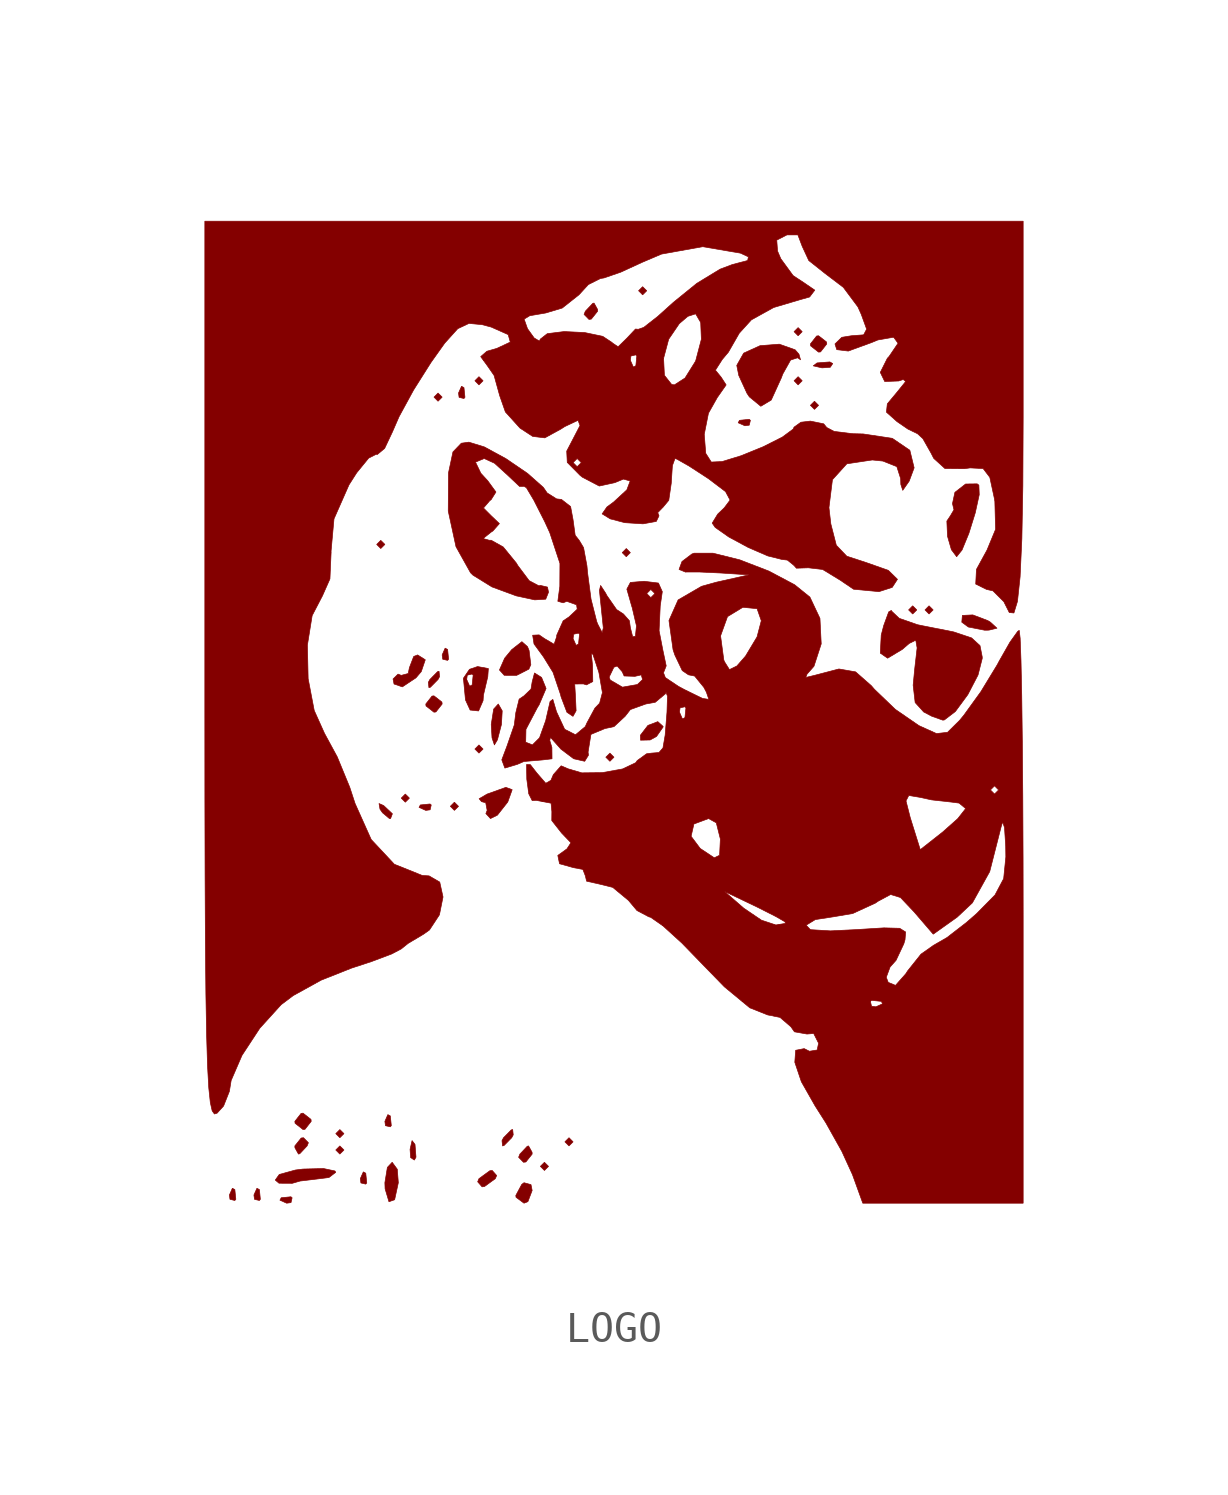
<source format=kicad_sym>
(kicad_symbol_lib
  (version 20220914)
  (generator "bitmap2component")
  (generator_version "9.0")
  (symbol "LOGO"
    (pin_names
      (offset 1.016))
    (property "Reference" "#G"
      (at 0 15.24 0)
      (effects (font (size 1.27 1.27)) hide))
    (symbol "LOGO_0_0"
      (polyline (pts (xy -12.227 -15.748) (xy -12.259 -15.434) (xy -12.339 -15.393) (xy -12.435 -15.61) (xy -12.416 -15.75) (xy -12.259 -15.787) (xy -12.227 -15.748)) (stroke (width 0.01) (type default)) (fill (type outline)))
      (polyline (pts (xy -11.434 -15.748) (xy -11.465 -15.434) (xy -11.545 -15.393) (xy -11.642 -15.61) (xy -11.623 -15.75) (xy -11.465 -15.787) (xy -11.434 -15.748)) (stroke (width 0.01) (type default)) (fill (type outline)))
      (polyline (pts (xy -10.443 -15.856) (xy -10.407 -15.699) (xy -10.446 -15.667) (xy -10.76 -15.699) (xy -10.801 -15.778) (xy -10.583 -15.875) (xy -10.443 -15.856)) (stroke (width 0.01) (type default)) (fill (type outline)))
      (polyline (pts (xy -7.092 -15.762) (xy -6.973 -15.213) (xy -7.007 -14.777) (xy -7.172 -14.552) (xy -7.327 -14.716) (xy -7.408 -15.213) (xy -7.401 -15.411) (xy -7.276 -15.828) (xy -7.092 -15.762)) (stroke (width 0.01) (type default)) (fill (type outline)))
      (polyline (pts (xy -2.784 -15.825) (xy -2.646 -15.463) (xy -2.684 -15.274) (xy -2.91 -15.213) (xy -2.983 -15.268) (xy -3.175 -15.626) (xy -3.167 -15.685) (xy -2.91 -15.875) (xy -2.784 -15.825)) (stroke (width 0.01) (type default)) (fill (type outline)))
      (polyline (pts (xy 13.229 -6.614) (xy 13.226 -4.724) (xy 13.217 -2.721) (xy 13.202 -0.949) (xy 13.183 0.534) (xy 13.159 1.667) (xy 13.132 2.391) (xy 13.102 2.646) (xy 13.053 2.614) (xy 12.802 2.264) (xy 12.455 1.654) (xy 12.392 1.535) (xy 11.861 0.663) (xy 11.31 -0.099) (xy 11.175 -0.263) (xy 10.784 -0.65) (xy 10.428 -0.691) (xy 9.872 -0.44) (xy 9.851 -0.428) (xy 9.097 0.091) (xy 8.419 0.742) (xy 8.319 0.858) (xy 7.812 1.304) (xy 7.272 1.398) (xy 6.482 1.191) (xy 6.2 1.123) (xy 6.242 1.232) (xy 6.465 1.485) (xy 6.7 2.209) (xy 6.659 3.033) (xy 6.334 3.722) (xy 5.839 4.122) (xy 5.009 4.562) (xy 4.067 4.926) (xy 3.199 5.142) (xy 2.59 5.142) (xy 2.517 5.114) (xy 2.198 4.872) (xy 2.103 4.615) (xy 2.315 4.529) (xy 2.338 4.532) (xy 2.764 4.533) (xy 3.439 4.501) (xy 4.365 4.441) (xy 3.303 4.202) (xy 2.83 4.07) (xy 2.073 3.63) (xy 1.777 2.964) (xy 1.847 2.469) (xy 3.446 2.469) (xy 3.67 3.09) (xy 4.167 3.392) (xy 4.626 3.347) (xy 4.762 2.958) (xy 4.625 2.435) (xy 4.253 1.815) (xy 3.973 1.495) (xy 3.733 1.377) (xy 3.571 1.635) (xy 3.55 1.69) (xy 3.446 2.469) (xy 1.847 2.469) (xy 1.909 2.023) (xy 1.967 1.849) (xy 2.207 1.345) (xy 2.409 1.208) (xy 2.607 1.169) (xy 2.906 0.802) (xy 2.987 0.648) (xy 3.066 0.415) (xy 2.863 0.445) (xy 2.283 0.729) (xy 2.087 0.834) (xy 1.66 1.119) (xy 1.6 1.274) (xy 1.688 1.498) (xy 1.581 2.002) (xy 1.458 2.635) (xy 1.495 3.439) (xy 1.562 3.897) (xy 1.437 4.176) (xy 0.973 4.233) (xy 0.53 4.196) (xy 0.415 3.979) (xy 0.456 3.837) (xy 1.058 3.837) (xy 1.19 3.969) (xy 1.323 3.837) (xy 1.19 3.704) (xy 1.058 3.837) (xy 0.456 3.837) (xy 0.573 3.426) (xy 0.587 3.386) (xy 0.726 2.792) (xy 0.692 2.456) (xy 0.604 2.438) (xy 0.529 2.734) (xy 0.498 2.957) (xy 0.305 3.175) (xy 0.084 3.319) (xy -0.229 3.77) (xy -0.27 3.849) (xy -0.433 4.098) (xy -0.471 3.936) (xy -0.406 3.307) (xy -0.346 2.725) (xy -0.381 2.568) (xy -0.528 2.852) (xy -0.559 2.933) (xy -0.742 3.654) (xy -0.854 4.505) (xy -0.875 4.734) (xy -0.984 5.321) (xy -1.125 5.556) (xy -1.255 5.72) (xy -1.323 6.218) (xy -1.403 6.649) (xy -1.698 6.879) (xy -1.856 6.897) (xy -2.161 7.089) (xy -2.285 7.269) (xy -2.794 7.72) (xy -3.494 8.198) (xy -4.191 8.577) (xy -4.692 8.731) (xy -4.936 8.697) (xy -5.207 8.416) (xy -5.351 7.739) (xy -5.359 6.503) (xy -5.109 5.351) (xy -4.638 4.507) (xy -4.558 4.429) (xy -3.946 4.051) (xy -3.16 3.761) (xy -2.562 3.632) (xy -2.207 3.654) (xy -2.117 3.88) (xy -2.151 4.046) (xy -2.384 4.1) (xy -2.425 4.085) (xy -2.742 4.252) (xy -3.111 4.744) (xy -3.159 4.825) (xy -3.582 5.343) (xy -3.969 5.559) (xy -4.036 5.56) (xy -4.232 5.615) (xy -3.969 5.825) (xy -3.914 5.861) (xy -3.705 6.098) (xy -3.969 6.35) (xy -4.22 6.602) (xy -4.015 6.841) (xy -3.974 6.869) (xy -3.817 7.119) (xy -4.082 7.483) (xy -4.305 7.726) (xy -4.478 8.086) (xy -4.198 8.202) (xy -3.863 8.05) (xy -3.405 7.633) (xy -3.399 7.626) (xy -3.053 7.299) (xy -2.907 7.302) (xy -2.833 7.259) (xy -2.591 6.853) (xy -2.239 6.159) (xy -2.077 5.806) (xy -1.748 4.81) (xy -1.752 4.069) (xy -1.816 3.586) (xy -1.645 3.537) (xy -1.526 3.585) (xy -1.21 3.472) (xy -1.19 3.33) (xy -1.457 3.079) (xy -1.644 2.954) (xy -1.852 2.49) (xy -1.853 2.445) (xy -1.874 2.381) (xy -1.323 2.381) (xy -1.304 2.521) (xy -1.147 2.558) (xy -1.115 2.519) (xy -1.147 2.205) (xy -1.226 2.163) (xy -1.323 2.381) (xy -1.874 2.381) (xy -1.936 2.198) (xy -2.249 2.381) (xy -2.421 2.5) (xy -2.63 2.489) (xy -2.586 2.207) (xy -2.281 1.79) (xy -1.971 1.288) (xy -1.731 0.578) (xy -1.711 0.495) (xy -1.522 -0.003) (xy -1.326 -0.134) (xy -1.225 0.046) (xy -1.247 0.533) (xy -1.27 0.911) (xy -0.992 0.915) (xy -0.89 0.883) (xy -0.686 0.99) (xy -0.693 1.506) (xy -0.734 1.901) (xy -0.682 1.871) (xy -0.509 1.35) (xy -0.486 1.273) (xy -0.462 1.135) (xy -0.157 1.135) (xy -0.004 1.453) (xy 0.103 1.493) (xy 0.265 1.31) (xy 0.327 1.171) (xy 0.675 1.159) (xy 0.881 1.206) (xy 0.924 1.055) (xy 0.756 0.895) (xy 0.274 0.81) (xy -0.121 1.04) (xy -0.157 1.135) (xy -0.462 1.135) (xy -0.375 0.633) (xy -0.465 0.291) (xy -0.617 0.133) (xy -0.879 -0.353) (xy -0.928 -0.465) (xy -1.244 -0.729) (xy -1.595 -0.552) (xy -1.861 0.02) (xy -1.865 0.036) (xy -1.977 0.414) (xy -2.066 0.349) (xy -2.192 -0.198) (xy -2.207 -0.268) (xy -2.408 -0.828) (xy -2.639 -1.058) (xy -2.855 -0.969) (xy -2.847 -0.555) (xy -2.474 0.155) (xy -2.423 0.235) (xy -2.196 0.767) (xy -2.342 1.125) (xy -2.57 1.268) (xy -2.646 0.979) (xy -2.684 0.747) (xy -2.91 0.529) (xy -3.067 0.422) (xy -3.175 -0.017) (xy -3.224 -0.414) (xy -3.461 -1.098) (xy -3.628 -1.54) (xy -3.529 -1.807) (xy -3.127 -1.687) (xy -2.913 -1.594) (xy -2.317 -1.544) (xy -2.004 -1.507) (xy -2.008 -1.141) (xy -2.076 -0.916) (xy -2.056 -0.811) (xy -1.778 -1.124) (xy -1.718 -1.193) (xy -1.304 -1.505) (xy -0.947 -1.587) (xy -0.825 -1.389) (xy -0.838 -1.291) (xy -0.746 -0.718) (xy -0.293 -0.529) (xy -0.001 -0.467) (xy 0.36 -0.132) (xy 0.529 0.085) (xy 1.028 0.265) (xy 1.333 0.32) (xy 1.662 0.595) (xy 1.683 0.641) (xy 1.729 0.516) (xy 1.713 0) (xy 2.117 0) (xy 2.136 0.14) (xy 2.293 0.176) (xy 2.325 0.138) (xy 2.293 -0.176) (xy 2.213 -0.218) (xy 2.117 0) (xy 1.713 0) (xy 1.654 -0.741) (xy 1.583 -1.155) (xy 1.453 -1.304) (xy 1.213 -1.323) (xy 1.053 -1.344) (xy 0.75 -1.564) (xy 0.704 -1.632) (xy 0.28 -1.834) (xy -0.378 -1.953) (xy -1.041 -1.961) (xy -1.481 -1.831) (xy -1.709 -1.733) (xy -1.961 -2.018) (xy -2.039 -2.202) (xy -2.206 -2.298) (xy -2.497 -1.963) (xy -2.705 -1.695) (xy -2.827 -1.691) (xy -2.82 -2.164) (xy -2.773 -2.514) (xy 12.171 -2.514) (xy 12.303 -2.381) (xy 12.435 -2.514) (xy 12.303 -2.646) (xy 12.171 -2.514) (xy -2.773 -2.514) (xy -2.757 -2.636) (xy -2.646 -2.857) (xy -2.51 -2.851) (xy -2.423 -2.868) (xy 9.441 -2.868) (xy 9.531 -2.692) (xy 9.888 -2.752) (xy 10.269 -2.835) (xy 10.914 -2.907) (xy 11.157 -2.939) (xy 11.362 -3.109) (xy 11.357 -3.132) (xy 11.114 -3.442) (xy 10.625 -3.876) (xy 9.902 -4.445) (xy 9.614 -3.523) (xy 9.576 -3.4) (xy 9.441 -2.868) (xy -2.423 -2.868) (xy -2.035 -2.942) (xy -2.009 -3.215) (xy -2.012 -3.502) (xy -1.694 -3.907) (xy -1.593 -4.012) (xy 2.493 -4.012) (xy 2.584 -3.615) (xy 3.058 -3.439) (xy 3.307 -3.576) (xy 3.439 -4.101) (xy 3.414 -4.625) (xy 3.243 -4.707) (xy 2.788 -4.406) (xy 2.493 -4.012) (xy -1.593 -4.012) (xy -1.393 -4.22) (xy -1.521 -4.418) (xy -1.817 -4.631) (xy -1.761 -4.9) (xy -1.307 -5.027) (xy -1.007 -5.083) (xy -0.926 -5.292) (xy -0.886 -5.464) (xy -0.476 -5.556) (xy -0.04 -5.664) (xy 0.118 -5.795) (xy 3.572 -5.795) (xy 4.498 -6.238) (xy 4.668 -6.32) (xy 5.245 -6.613) (xy 5.534 -6.78) (xy 5.534 -6.83) (xy 5.233 -6.879) (xy 4.767 -6.724) (xy 4.196 -6.337) (xy 3.572 -5.795) (xy 0.118 -5.795) (xy 0.468 -6.085) (xy 0.742 -6.412) (xy 1.127 -6.616) (xy 1.185 -6.631) (xy 1.551 -6.886) (xy 6.213 -6.886) (xy 6.51 -6.705) (xy 7.1 -6.614) (xy 7.718 -6.509) (xy 8.45 -6.173) (xy 8.536 -6.113) (xy 8.945 -5.894) (xy 9.263 -5.992) (xy 9.701 -6.455) (xy 10.322 -7.177) (xy 11.095 -6.627) (xy 11.587 -6.165) (xy 12.148 -5.153) (xy 12.517 -3.704) (xy 12.565 -3.547) (xy 12.626 -3.731) (xy 12.664 -4.33) (xy 12.669 -4.678) (xy 12.599 -5.379) (xy 12.319 -5.908) (xy 11.725 -6.511) (xy 11.39 -6.803) (xy 10.764 -7.287) (xy 10.332 -7.536) (xy 9.925 -7.823) (xy 9.492 -8.366) (xy 9.437 -8.453) (xy 9.102 -8.832) (xy 8.866 -8.735) (xy 8.803 -8.571) (xy 8.926 -8.239) (xy 9.12 -8.021) (xy 9.371 -7.487) (xy 9.409 -7.358) (xy 9.429 -7.106) (xy 9.238 -6.987) (xy 8.729 -6.973) (xy 7.799 -7.031) (xy 6.999 -7.07) (xy 6.35 -7.031) (xy 6.213 -6.886) (xy 1.551 -6.886) (xy 1.584 -6.909) (xy 2.194 -7.464) (xy 2.91 -8.202) (xy 3.569 -8.879) (xy 4.138 -9.349) (xy 8.29 -9.349) (xy 8.329 -9.317) (xy 8.643 -9.349) (xy 8.684 -9.428) (xy 8.467 -9.525) (xy 8.326 -9.506) (xy 8.29 -9.349) (xy 4.138 -9.349) (xy 4.391 -9.558) (xy 4.969 -9.788) (xy 5.368 -9.868) (xy 5.719 -10.17) (xy 5.834 -10.334) (xy 6.239 -10.406) (xy 6.456 -10.388) (xy 6.614 -10.703) (xy 6.569 -10.921) (xy 6.32 -10.962) (xy 6.149 -10.877) (xy 5.873 -10.931) (xy 5.846 -11.319) (xy 6.058 -11.948) (xy 6.501 -12.728) (xy 6.852 -13.28) (xy 7.367 -14.201) (xy 7.71 -14.951) (xy 8.044 -15.875) (xy 10.636 -15.875) (xy 13.229 -15.875) (xy 13.229 -6.614)) (stroke (width 0.01) (type default)) (fill (type outline)))
      (polyline (pts (xy -10.15 -15.159) (xy -9.503 -15.081) (xy -9.217 -15.045) (xy -8.996 -14.876) (xy -9.024 -14.832) (xy -9.393 -14.754) (xy -10.053 -14.771) (xy -10.301 -14.802) (xy -10.823 -14.946) (xy -10.952 -15.127) (xy -10.831 -15.229) (xy -10.403 -15.232) (xy -10.15 -15.159)) (stroke (width 0.01) (type default)) (fill (type outline)))
      (polyline (pts (xy -7.994 -15.219) (xy -8.026 -14.905) (xy -8.105 -14.863) (xy -8.202 -15.081) (xy -8.183 -15.221) (xy -8.026 -15.258) (xy -7.994 -15.219)) (stroke (width 0.01) (type default)) (fill (type outline)))
      (polyline (pts (xy -4.187 -15.336) (xy -3.837 -15.081) (xy -3.794 -14.98) (xy -3.938 -14.817) (xy -4.015 -14.826) (xy -4.366 -15.081) (xy -4.408 -15.183) (xy -4.265 -15.346) (xy -4.187 -15.336)) (stroke (width 0.01) (type default)) (fill (type outline)))
      (polyline (pts (xy -2.117 -14.684) (xy -2.249 -14.552) (xy -2.381 -14.684) (xy -2.249 -14.817) (xy -2.117 -14.684)) (stroke (width 0.01) (type default)) (fill (type outline)))
      (polyline (pts (xy -6.402 -14.387) (xy -6.434 -13.973) (xy -6.529 -13.851) (xy -6.594 -14.133) (xy -6.575 -14.402) (xy -6.455 -14.48) (xy -6.402 -14.387)) (stroke (width 0.01) (type default)) (fill (type outline)))
      (polyline (pts (xy -2.849 -14.542) (xy -2.646 -14.287) (xy -2.649 -14.228) (xy -2.763 -14.023) (xy -2.805 -14.035) (xy -3.043 -14.287) (xy -3.084 -14.39) (xy -2.926 -14.552) (xy -2.849 -14.542)) (stroke (width 0.01) (type default)) (fill (type outline)))
      (polyline (pts (xy -10.16 -14.275) (xy -9.922 -14.023) (xy -9.881 -13.92) (xy -10.039 -13.758) (xy -10.115 -13.768) (xy -10.319 -14.023) (xy -10.316 -14.083) (xy -10.202 -14.287) (xy -10.16 -14.275)) (stroke (width 0.01) (type default)) (fill (type outline)))
      (polyline (pts (xy -8.731 -14.155) (xy -8.864 -14.023) (xy -8.996 -14.155) (xy -8.864 -14.287) (xy -8.731 -14.155)) (stroke (width 0.01) (type default)) (fill (type outline)))
      (polyline (pts (xy -3.557 -14.011) (xy -3.307 -13.758) (xy -3.258 -13.665) (xy -3.276 -13.494) (xy -3.323 -13.506) (xy -3.572 -13.758) (xy -3.621 -13.852) (xy -3.603 -14.023) (xy -3.557 -14.011)) (stroke (width 0.01) (type default)) (fill (type outline)))
      (polyline (pts (xy -1.323 -13.891) (xy -1.455 -13.758) (xy -1.588 -13.891) (xy -1.455 -14.023) (xy -1.323 -13.891)) (stroke (width 0.01) (type default)) (fill (type outline)))
      (polyline (pts (xy -8.731 -13.626) (xy -8.864 -13.494) (xy -8.996 -13.626) (xy -8.864 -13.758) (xy -8.731 -13.626)) (stroke (width 0.01) (type default)) (fill (type outline)))
      (polyline (pts (xy -9.991 -13.486) (xy -9.79 -13.229) (xy -9.797 -13.166) (xy -10.054 -12.964) (xy -10.117 -12.972) (xy -10.319 -13.229) (xy -10.311 -13.292) (xy -10.054 -13.494) (xy -9.991 -13.486)) (stroke (width 0.01) (type default)) (fill (type outline)))
      (polyline (pts (xy -7.2 -13.367) (xy -7.232 -13.053) (xy -7.312 -13.011) (xy -7.408 -13.229) (xy -7.389 -13.369) (xy -7.232 -13.405) (xy -7.2 -13.367)) (stroke (width 0.01) (type default)) (fill (type outline)))
      (polyline (pts (xy -12.832 -12.964) (xy -12.623 -12.733) (xy -12.435 -12.258) (xy -12.378 -11.906) (xy -12.028 -11.096) (xy -11.452 -10.218) (xy -10.762 -9.457) (xy -10.372 -9.163) (xy -9.467 -8.663) (xy -8.483 -8.273) (xy -7.842 -8.063) (xy -7.186 -7.816) (xy -6.879 -7.654) (xy -6.655 -7.474) (xy -6.152 -7.174) (xy -5.966 -7.041) (xy -5.644 -6.551) (xy -5.528 -5.974) (xy -5.634 -5.493) (xy -5.979 -5.292) (xy -6.201 -5.278) (xy -7.102 -4.916) (xy -7.85 -4.116) (xy -8.372 -2.951) (xy -8.543 -2.429) (xy -8.948 -1.444) (xy -9.361 -0.683) (xy -9.692 0.054) (xy -9.889 1.085) (xy -9.913 2.169) (xy -9.759 3.124) (xy -9.425 3.766) (xy -9.184 4.31) (xy -9.146 5.174) (xy -9.148 5.202) (xy -9.053 6.251) (xy -8.569 7.349) (xy -8.319 7.741) (xy -7.932 8.215) (xy -7.684 8.341) (xy -7.653 8.331) (xy -7.416 8.528) (xy -7.164 9.062) (xy -6.949 9.556) (xy -6.48 10.417) (xy -5.917 11.308) (xy -5.473 11.932) (xy -5.051 12.4) (xy -4.689 12.57) (xy -4.269 12.531) (xy -3.97 12.452) (xy -3.421 12.208) (xy -3.354 11.966) (xy -3.79 11.762) (xy -4.111 11.67) (xy -4.31 11.496) (xy -4.223 11.377) (xy 0.529 11.377) (xy 0.548 11.517) (xy 0.706 11.553) (xy 0.737 11.515) (xy 0.73 11.441) (xy 1.603 11.441) (xy 1.768 12.059) (xy 2.111 12.563) (xy 2.388 12.799) (xy 2.64 12.88) (xy 2.803 12.599) (xy 2.825 12.059) (xy 2.644 11.372) (xy 2.63 11.339) (xy 2.296 10.804) (xy 1.952 10.583) (xy 1.864 10.597) (xy 1.63 10.893) (xy 1.603 11.441) (xy 0.73 11.441) (xy 0.706 11.201) (xy 0.626 11.159) (xy 0.529 11.377) (xy -4.223 11.377) (xy -4.093 11.199) (xy -3.877 10.887) (xy -3.696 10.234) (xy -3.512 9.708) (xy -3.039 9.185) (xy -2.629 8.917) (xy -2.237 8.87) (xy -1.724 9.15) (xy -1.591 9.235) (xy -1.162 9.437) (xy -1.099 9.268) (xy -1.389 8.71) (xy -1.529 8.442) (xy -1.511 8.075) (xy -1.505 8.07) (xy -1.323 8.07) (xy -1.191 8.202) (xy -1.058 8.07) (xy -1.191 7.938) (xy -1.323 8.07) (xy -1.505 8.07) (xy -1.1 7.66) (xy -1.023 7.598) (xy -0.476 7.312) (xy 0.025 7.421) (xy 0.306 7.537) (xy 0.523 7.475) (xy 0.415 7.189) (xy -0.012 6.795) (xy -0.228 6.636) (xy -0.384 6.412) (xy -0.123 6.251) (xy 0.349 6.128) (xy 0.939 6.09) (xy 1.367 6.168) (xy 1.455 6.35) (xy 1.414 6.452) (xy 1.572 6.615) (xy 1.575 6.615) (xy 1.771 6.851) (xy 1.852 7.408) (xy 1.852 7.417) (xy 1.888 7.972) (xy 1.972 8.202) (xy 2.033 8.182) (xy 2.426 7.959) (xy 3.026 7.569) (xy 3.067 7.541) (xy 3.607 7.131) (xy 3.752 6.858) (xy 3.567 6.611) (xy 3.353 6.405) (xy 3.175 6.113) (xy 3.272 5.974) (xy 3.712 5.665) (xy 4.341 5.326) (xy 4.974 5.052) (xy 5.428 4.939) (xy 5.606 4.918) (xy 5.821 4.743) (xy 5.898 4.656) (xy 6.285 4.669) (xy 6.745 4.615) (xy 7.302 4.276) (xy 7.746 3.976) (xy 8.568 3.898) (xy 8.995 4.035) (xy 9.165 4.297) (xy 8.869 4.587) (xy 8.135 4.845) (xy 7.526 5.044) (xy 7.188 5.398) (xy 7.011 6.087) (xy 6.95 6.614) (xy 7.063 7.518) (xy 7.528 8.031) (xy 8.348 8.155) (xy 8.696 8.119) (xy 9.144 7.94) (xy 9.268 7.553) (xy 9.273 7.367) (xy 9.336 7.173) (xy 9.544 7.471) (xy 9.704 7.901) (xy 9.565 8.47) (xy 8.998 8.855) (xy 8.06 8.996) (xy 7.713 9.005) (xy 7.116 9.079) (xy 6.879 9.204) (xy 6.78 9.324) (xy 6.35 9.412) (xy 6.043 9.375) (xy 5.821 9.216) (xy 5.794 9.155) (xy 5.443 8.895) (xy 4.824 8.583) (xy 4.115 8.294) (xy 3.496 8.104) (xy 3.146 8.088) (xy 2.966 8.37) (xy 2.918 8.983) (xy 3.054 9.667) (xy 3.35 10.192) (xy 3.357 10.198) (xy 3.626 10.582) (xy 3.463 10.834) (xy 3.279 11.058) (xy 3.501 11.405) (xy 3.699 11.641) (xy 4.043 12.241) (xy 4.046 12.249) (xy 4.442 12.685) (xy 5.162 13.084) (xy 6.011 13.336) (xy 6.325 13.425) (xy 6.492 13.646) (xy 6.171 13.866) (xy 5.791 14.117) (xy 5.393 14.662) (xy 5.288 14.908) (xy 5.262 15.263) (xy 5.591 15.432) (xy 5.945 15.432) (xy 6.085 15.063) (xy 6.298 14.603) (xy 6.828 14.182) (xy 7.415 13.736) (xy 7.886 13.104) (xy 7.995 12.862) (xy 8.168 12.385) (xy 8.071 12.201) (xy 7.673 12.171) (xy 7.365 12.121) (xy 7.144 11.906) (xy 7.203 11.722) (xy 7.574 11.676) (xy 8.323 11.949) (xy 8.531 12.035) (xy 9.041 12.124) (xy 9.183 11.929) (xy 8.893 11.501) (xy 8.838 11.443) (xy 8.61 10.987) (xy 8.753 10.691) (xy 9.206 10.709) (xy 9.352 10.757) (xy 9.43 10.692) (xy 9.134 10.326) (xy 8.837 9.97) (xy 8.808 9.701) (xy 9.149 9.397) (xy 9.504 9.153) (xy 9.813 9.004) (xy 9.986 8.845) (xy 10.251 8.377) (xy 10.338 8.207) (xy 10.699 7.879) (xy 11.325 7.873) (xy 11.515 7.899) (xy 11.935 7.877) (xy 12.151 7.593) (xy 12.297 6.915) (xy 12.314 6.81) (xy 12.337 5.912) (xy 12.06 5.242) (xy 11.719 4.618) (xy 11.695 4.143) (xy 12.047 3.969) (xy 12.251 3.924) (xy 12.604 3.572) (xy 12.78 3.223) (xy 12.93 3.208) (xy 13.045 3.582) (xy 13.13 4.373) (xy 13.187 5.608) (xy 13.219 7.316) (xy 13.229 9.525) (xy 13.229 15.875) (xy -0.000100 15.875) (xy -13.229 15.875) (xy -13.229 12.709) (xy -2.906 12.709) (xy -2.723 12.819) (xy -2.208 12.907) (xy -1.674 13.067) (xy -1.134 13.494) (xy -0.829 13.826) (xy -0.438 14.023) (xy -0.324 14.04) (xy 0.216 14.226) (xy 0.926 14.552) (xy 1.538 14.812) (xy 2.866 15.051) (xy 4.089 14.842) (xy 4.345 14.723) (xy 4.322 14.604) (xy 3.824 14.473) (xy 3.432 14.325) (xy 2.679 13.867) (xy 1.918 13.249) (xy 1.412 12.794) (xy 0.962 12.442) (xy 0.785 12.38) (xy 0.695 12.389) (xy 0.415 12.091) (xy 0.133 11.815) (xy -0.056 11.941) (xy -0.059 11.951) (xy -0.365 12.153) (xy -0.949 12.275) (xy -1.613 12.307) (xy -2.157 12.239) (xy -2.385 12.06) (xy -2.409 11.997) (xy -2.581 12.1) (xy -2.796 12.399) (xy -2.906 12.709) (xy -13.229 12.709) (xy -13.229 1.291) (xy -13.229 0.19) (xy -13.227 -2.811) (xy -13.221 -5.334) (xy -13.211 -7.419) (xy -13.195 -9.103) (xy -13.172 -10.427) (xy -13.142 -11.429) (xy -13.102 -12.147) (xy -13.052 -12.621) (xy -12.992 -12.889) (xy -12.919 -12.991) (xy -12.832 -12.964)) (stroke (width 0.01) (type default)) (fill (type outline)))
      (polyline (pts (xy -7.223 -3.437) (xy -7.165 -3.284) (xy -7.449 -3.017) (xy -7.597 -2.953) (xy -7.566 -3.134) (xy -7.484 -3.252) (xy -7.261 -3.439) (xy -7.223 -3.437)) (stroke (width 0.01) (type default)) (fill (type outline)))
      (polyline (pts (xy -3.77 -3.329) (xy -3.44 -2.91) (xy -3.431 -2.893) (xy -3.292 -2.505) (xy -3.496 -2.43) (xy -4.101 -2.646) (xy -4.361 -2.798) (xy -4.284 -2.892) (xy -4.148 -2.927) (xy -4.101 -3.175) (xy -4.143 -3.277) (xy -3.994 -3.439) (xy -3.77 -3.329)) (stroke (width 0.01) (type default)) (fill (type outline)))
      (polyline (pts (xy -5.945 -3.156) (xy -5.909 -2.999) (xy -5.948 -2.967) (xy -6.262 -2.999) (xy -6.303 -3.078) (xy -6.085 -3.175) (xy -5.945 -3.156)) (stroke (width 0.01) (type default)) (fill (type outline)))
      (polyline (pts (xy -5.027 -3.043) (xy -5.16 -2.91) (xy -5.292 -3.043) (xy -5.16 -3.175) (xy -5.027 -3.043)) (stroke (width 0.01) (type default)) (fill (type outline)))
      (polyline (pts (xy -6.615 -2.778) (xy -6.747 -2.646) (xy -6.879 -2.778) (xy -6.747 -2.91) (xy -6.615 -2.778)) (stroke (width 0.01) (type default)) (fill (type outline)))
      (polyline (pts (xy -0.000100 -1.455) (xy -0.132 -1.323) (xy -0.265 -1.455) (xy -0.132 -1.587) (xy -0.000100 -1.455)) (stroke (width 0.01) (type default)) (fill (type outline)))
      (polyline (pts (xy -4.233 -1.191) (xy -4.366 -1.058) (xy -4.498 -1.191) (xy -4.366 -1.323) (xy -4.233 -1.191)) (stroke (width 0.01) (type default)) (fill (type outline)))
      (polyline (pts (xy -3.769 -0.893) (xy -3.639 -0.397) (xy -3.614 0.044) (xy -3.741 0.265) (xy -3.891 0.101) (xy -3.969 -0.397) (xy -3.944 -0.831) (xy -3.867 -1.058) (xy -3.769 -0.893)) (stroke (width 0.01) (type default)) (fill (type outline)))
      (polyline (pts (xy 1.168 -0.898) (xy 1.375 -0.784) (xy 1.587 -0.479) (xy 1.587 -0.459) (xy 1.416 -0.305) (xy 1.097 -0.427) (xy 0.854 -0.744) (xy 0.858 -0.905) (xy 1.168 -0.898)) (stroke (width 0.01) (type default)) (fill (type outline)))
      (polyline (pts (xy 10.68 -0.251) (xy 11.037 0.022) (xy 11.44 0.569) (xy 11.77 1.203) (xy 11.906 1.738) (xy 11.906 1.786) (xy 11.834 2.152) (xy 11.562 2.402) (xy 10.983 2.596) (xy 9.988 2.793) (xy 9.809 2.83) (xy 9.222 3.035) (xy 8.973 3.271) (xy 8.97 3.292) (xy 8.882 3.244) (xy 8.72 2.801) (xy 8.64 2.494) (xy 8.61 1.909) (xy 8.847 1.746) (xy 9.325 2.033) (xy 9.543 2.222) (xy 9.757 2.329) (xy 9.8 2.079) (xy 9.721 1.388) (xy 9.672 0.872) (xy 9.737 0.312) (xy 10.013 0.007) (xy 10.274 -0.13) (xy 10.63 -0.257) (xy 10.68 -0.251)) (stroke (width 0.01) (type default)) (fill (type outline)))
      (polyline (pts (xy -5.758 0.008) (xy -5.556 0.265) (xy -5.564 0.328) (xy -5.821 0.529) (xy -5.884 0.521) (xy -6.085 0.265) (xy -6.078 0.201) (xy -5.821 0) (xy -5.758 0.008)) (stroke (width 0.01) (type default)) (fill (type outline)))
      (polyline (pts (xy -4.233 0.375) (xy -4.221 0.554) (xy -4.081 1.149) (xy -4.062 1.412) (xy -4.411 1.476) (xy -4.672 1.387) (xy -4.868 1.099) (xy -4.865 1.058) (xy -4.763 1.058) (xy -4.744 1.198) (xy -4.586 1.235) (xy -4.554 1.196) (xy -4.586 0.882) (xy -4.666 0.841) (xy -4.763 1.058) (xy -4.865 1.058) (xy -4.856 0.963) (xy -4.802 0.397) (xy -4.652 0.07) (xy -4.379 0.04) (xy -4.233 0.375)) (stroke (width 0.01) (type default)) (fill (type outline)))
      (polyline (pts (xy -6.403 1.111) (xy -6.231 1.313) (xy -6.101 1.695) (xy -6.35 1.852) (xy -6.476 1.802) (xy -6.615 1.44) (xy -6.653 1.251) (xy -6.879 1.191) (xy -6.982 1.232) (xy -7.144 1.074) (xy -7.112 0.911) (xy -6.843 0.819) (xy -6.403 1.111)) (stroke (width 0.01) (type default)) (fill (type outline)))
      (polyline (pts (xy -5.938 0.806) (xy -5.689 1.058) (xy -5.639 1.152) (xy -5.657 1.323) (xy -5.704 1.311) (xy -5.953 1.058) (xy -6.003 0.965) (xy -5.984 0.794) (xy -5.938 0.806)) (stroke (width 0.01) (type default)) (fill (type outline)))
      (polyline (pts (xy -2.753 1.392) (xy -2.689 1.537) (xy -2.745 1.993) (xy -2.796 2.118) (xy -2.978 2.28) (xy -3.307 2.023) (xy -3.535 1.747) (xy -3.704 1.365) (xy -3.549 1.193) (xy -3.146 1.192) (xy -2.753 1.392)) (stroke (width 0.01) (type default)) (fill (type outline)))
      (polyline (pts (xy -5.348 1.714) (xy -5.38 2.029) (xy -5.46 2.07) (xy -5.556 1.852) (xy -5.537 1.712) (xy -5.38 1.676) (xy -5.348 1.714)) (stroke (width 0.01) (type default)) (fill (type outline)))
      (polyline (pts (xy 12.121 2.653) (xy 12.382 2.716) (xy 12.171 2.91) (xy 12.085 2.962) (xy 11.601 3.146) (xy 11.264 3.129) (xy 11.245 2.91) (xy 11.454 2.755) (xy 11.988 2.65) (xy 12.121 2.653)) (stroke (width 0.01) (type default)) (fill (type outline)))
      (polyline (pts (xy 9.79 3.307) (xy 9.657 3.44) (xy 9.525 3.307) (xy 9.657 3.175) (xy 9.79 3.307)) (stroke (width 0.01) (type default)) (fill (type outline)))
      (polyline (pts (xy 10.319 3.307) (xy 10.186 3.44) (xy 10.054 3.307) (xy 10.186 3.175) (xy 10.319 3.307)) (stroke (width 0.01) (type default)) (fill (type outline)))
      (polyline (pts (xy 0.529 5.159) (xy 0.397 5.292) (xy 0.265 5.159) (xy 0.397 5.027) (xy 0.529 5.159)) (stroke (width 0.01) (type default)) (fill (type outline)))
      (polyline (pts (xy 11.253 5.245) (xy 11.475 5.785) (xy 11.681 6.448) (xy 11.809 7.033) (xy 11.797 7.341) (xy 11.743 7.383) (xy 11.368 7.378) (xy 11.022 7.109) (xy 10.944 6.745) (xy 10.991 6.545) (xy 10.876 6.35) (xy 10.762 6.18) (xy 10.783 5.689) (xy 10.909 5.253) (xy 11.079 5.027) (xy 11.253 5.245)) (stroke (width 0.01) (type default)) (fill (type outline)))
      (polyline (pts (xy -7.408 5.424) (xy -7.541 5.556) (xy -7.673 5.424) (xy -7.541 5.292) (xy -7.408 5.424)) (stroke (width 0.01) (type default)) (fill (type outline)))
      (polyline (pts (xy 4.373 9.28) (xy 4.41 9.437) (xy 4.371 9.469) (xy 4.057 9.437) (xy 4.016 9.357) (xy 4.233 9.261) (xy 4.373 9.28)) (stroke (width 0.01) (type default)) (fill (type outline)))
      (polyline (pts (xy 5.084 10.093) (xy 5.412 10.813) (xy 5.455 10.931) (xy 5.71 11.386) (xy 5.936 11.459) (xy 6.031 11.394) (xy 5.98 11.576) (xy 5.856 11.718) (xy 5.346 11.899) (xy 4.721 11.85) (xy 4.192 11.609) (xy 3.969 11.213) (xy 4.034 10.888) (xy 4.297 10.315) (xy 4.376 10.196) (xy 4.747 9.891) (xy 5.084 10.093)) (stroke (width 0.01) (type default)) (fill (type outline)))
      (polyline (pts (xy 6.614 9.922) (xy 6.482 10.054) (xy 6.35 9.922) (xy 6.482 9.79) (xy 6.614 9.922)) (stroke (width 0.01) (type default)) (fill (type outline)))
      (polyline (pts (xy -5.556 10.187) (xy -5.689 10.319) (xy -5.821 10.187) (xy -5.689 10.054) (xy -5.556 10.187)) (stroke (width 0.01) (type default)) (fill (type outline)))
      (polyline (pts (xy -4.819 10.181) (xy -4.851 10.495) (xy -4.93 10.537) (xy -5.027 10.319) (xy -5.008 10.179) (xy -4.851 10.142) (xy -4.819 10.181)) (stroke (width 0.01) (type default)) (fill (type outline)))
      (polyline (pts (xy -4.233 10.716) (xy -4.366 10.848) (xy -4.498 10.716) (xy -4.366 10.583) (xy -4.233 10.716)) (stroke (width 0.01) (type default)) (fill (type outline)))
      (polyline (pts (xy 6.085 10.716) (xy 5.953 10.848) (xy 5.821 10.716) (xy 5.953 10.583) (xy 6.085 10.716)) (stroke (width 0.01) (type default)) (fill (type outline)))
      (polyline (pts (xy 6.993 11.152) (xy 7.072 11.272) (xy 6.978 11.325) (xy 6.565 11.293) (xy 6.442 11.198) (xy 6.725 11.133) (xy 6.993 11.152)) (stroke (width 0.01) (type default)) (fill (type outline)))
      (polyline (pts (xy 6.678 11.649) (xy 6.879 11.906) (xy 6.871 11.97) (xy 6.614 12.171) (xy 6.551 12.163) (xy 6.35 11.906) (xy 6.358 11.843) (xy 6.614 11.642) (xy 6.678 11.649)) (stroke (width 0.01) (type default)) (fill (type outline)))
      (polyline (pts (xy 6.085 12.303) (xy 5.953 12.435) (xy 5.821 12.303) (xy 5.953 12.171) (xy 6.085 12.303)) (stroke (width 0.01) (type default)) (fill (type outline)))
      (polyline (pts (xy -0.733 12.71) (xy -0.529 12.965) (xy -0.532 13.024) (xy -0.646 13.229) (xy -0.688 13.217) (xy -0.926 12.965) (xy -0.968 12.862) (xy -0.809 12.7) (xy -0.733 12.71)) (stroke (width 0.01) (type default)) (fill (type outline)))
      (polyline (pts (xy 1.058 13.626) (xy 0.926 13.758) (xy 0.794 13.626) (xy 0.926 13.494) (xy 1.058 13.626)) (stroke (width 0.01) (type default)) (fill (type outline))))))
</source>
